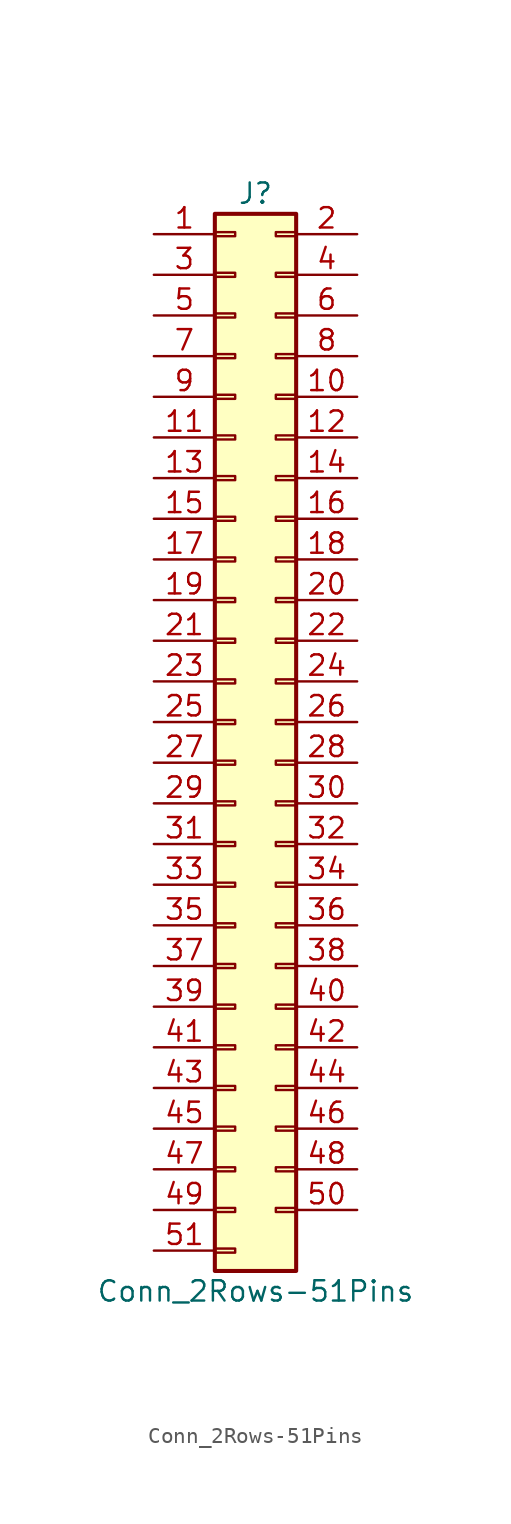
<source format=kicad_sym>
(kicad_symbol_lib
  (version 20201005)
  (generator kicad_symbol_editor)
  (symbol "Conn_2Rows-51Pins"
    (pin_names
      (offset 1.016) hide)
    (property "Reference" "J"
      (at 1.27 33.02 0)
      (effects (font (size 1.27 1.27))))
    (property "Value" "Conn_2Rows-51Pins"
      (at 1.27 -35.56 0)
      (effects (font (size 1.27 1.27))))
    (symbol "Conn_2Rows-51Pins_1_1"
      (rectangle (start -1.27 -32.893) (end 0 -33.147) (stroke (width 0.152)) (fill (type none)))
      (rectangle (start -1.27 -30.353) (end 0 -30.607) (stroke (width 0.152)) (fill (type none)))
      (rectangle (start -1.27 -27.813) (end 0 -28.067) (stroke (width 0.152)) (fill (type none)))
      (rectangle (start -1.27 -25.273) (end 0 -25.527) (stroke (width 0.152)) (fill (type none)))
      (rectangle (start -1.27 -22.733) (end 0 -22.987) (stroke (width 0.152)) (fill (type none)))
      (rectangle (start -1.27 -20.193) (end 0 -20.447) (stroke (width 0.152)) (fill (type none)))
      (rectangle (start -1.27 -17.653) (end 0 -17.907) (stroke (width 0.152)) (fill (type none)))
      (rectangle (start -1.27 -15.113) (end 0 -15.367) (stroke (width 0.152)) (fill (type none)))
      (rectangle (start -1.27 -12.573) (end 0 -12.827) (stroke (width 0.152)) (fill (type none)))
      (rectangle (start -1.27 -10.033) (end 0 -10.287) (stroke (width 0.152)) (fill (type none)))
      (rectangle (start -1.27 -7.493) (end 0 -7.747) (stroke (width 0.152)) (fill (type none)))
      (rectangle (start -1.27 -4.953) (end 0 -5.207) (stroke (width 0.152)) (fill (type none)))
      (rectangle (start -1.27 -2.413) (end 0 -2.667) (stroke (width 0.152)) (fill (type none)))
      (rectangle (start -1.27 0.127) (end 0 -0.127) (stroke (width 0.152)) (fill (type none)))
      (rectangle (start -1.27 2.667) (end 0 2.413) (stroke (width 0.152)) (fill (type none)))
      (rectangle (start -1.27 5.207) (end 0 4.953) (stroke (width 0.152)) (fill (type none)))
      (rectangle (start -1.27 7.747) (end 0 7.493) (stroke (width 0.152)) (fill (type none)))
      (rectangle (start -1.27 10.287) (end 0 10.033) (stroke (width 0.152)) (fill (type none)))
      (rectangle (start -1.27 12.827) (end 0 12.573) (stroke (width 0.152)) (fill (type none)))
      (rectangle (start -1.27 15.367) (end 0 15.113) (stroke (width 0.152)) (fill (type none)))
      (rectangle (start -1.27 17.907) (end 0 17.653) (stroke (width 0.152)) (fill (type none)))
      (rectangle (start -1.27 20.447) (end 0 20.193) (stroke (width 0.152)) (fill (type none)))
      (rectangle (start -1.27 22.987) (end 0 22.733) (stroke (width 0.152)) (fill (type none)))
      (rectangle (start -1.27 25.527) (end 0 25.273) (stroke (width 0.152)) (fill (type none)))
      (rectangle (start -1.27 28.067) (end 0 27.813) (stroke (width 0.152)) (fill (type none)))
      (rectangle (start -1.27 30.607) (end 0 30.353) (stroke (width 0.152)) (fill (type none)))
      (rectangle (start 3.81 -30.353) (end 2.54 -30.607) (stroke (width 0.152)) (fill (type none)))
      (rectangle (start 3.81 -27.813) (end 2.54 -28.067) (stroke (width 0.152)) (fill (type none)))
      (rectangle (start 3.81 -25.273) (end 2.54 -25.527) (stroke (width 0.152)) (fill (type none)))
      (rectangle (start 3.81 -22.733) (end 2.54 -22.987) (stroke (width 0.152)) (fill (type none)))
      (rectangle (start 3.81 -20.193) (end 2.54 -20.447) (stroke (width 0.152)) (fill (type none)))
      (rectangle (start 3.81 -17.653) (end 2.54 -17.907) (stroke (width 0.152)) (fill (type none)))
      (rectangle (start 3.81 -15.113) (end 2.54 -15.367) (stroke (width 0.152)) (fill (type none)))
      (rectangle (start 3.81 -12.573) (end 2.54 -12.827) (stroke (width 0.152)) (fill (type none)))
      (rectangle (start 3.81 -10.033) (end 2.54 -10.287) (stroke (width 0.152)) (fill (type none)))
      (rectangle (start 3.81 -7.493) (end 2.54 -7.747) (stroke (width 0.152)) (fill (type none)))
      (rectangle (start 3.81 -4.953) (end 2.54 -5.207) (stroke (width 0.152)) (fill (type none)))
      (rectangle (start 3.81 -2.413) (end 2.54 -2.667) (stroke (width 0.152)) (fill (type none)))
      (rectangle (start 3.81 0.127) (end 2.54 -0.127) (stroke (width 0.152)) (fill (type none)))
      (rectangle (start 3.81 2.667) (end 2.54 2.413) (stroke (width 0.152)) (fill (type none)))
      (rectangle (start 3.81 5.207) (end 2.54 4.953) (stroke (width 0.152)) (fill (type none)))
      (rectangle (start 3.81 7.747) (end 2.54 7.493) (stroke (width 0.152)) (fill (type none)))
      (rectangle (start 3.81 10.287) (end 2.54 10.033) (stroke (width 0.152)) (fill (type none)))
      (rectangle (start 3.81 12.827) (end 2.54 12.573) (stroke (width 0.152)) (fill (type none)))
      (rectangle (start 3.81 15.367) (end 2.54 15.113) (stroke (width 0.152)) (fill (type none)))
      (rectangle (start 3.81 17.907) (end 2.54 17.653) (stroke (width 0.152)) (fill (type none)))
      (rectangle (start 3.81 20.447) (end 2.54 20.193) (stroke (width 0.152)) (fill (type none)))
      (rectangle (start 3.81 22.987) (end 2.54 22.733) (stroke (width 0.152)) (fill (type none)))
      (rectangle (start 3.81 25.527) (end 2.54 25.273) (stroke (width 0.152)) (fill (type none)))
      (rectangle (start 3.81 28.067) (end 2.54 27.813) (stroke (width 0.152)) (fill (type none)))
      (rectangle (start 3.81 30.607) (end 2.54 30.353) (stroke (width 0.152)) (fill (type none)))
      (rectangle (start -1.27 31.75) (end 3.81 -34.29) (stroke (width 0.254)) (fill (type background)))
      (pin passive line (at -5.08 30.48 0) (length 3.81) (name "Pin_1" (effects (font (size 1.27 1.27)))) (number "1" (effects (font (size 1.27 1.27)))))
      (pin passive line (at 7.62 20.32 180) (length 3.81) (name "Pin_10" (effects (font (size 1.27 1.27)))) (number "10" (effects (font (size 1.27 1.27)))))
      (pin passive line (at -5.08 17.78 0) (length 3.81) (name "Pin_11" (effects (font (size 1.27 1.27)))) (number "11" (effects (font (size 1.27 1.27)))))
      (pin passive line (at 7.62 17.78 180) (length 3.81) (name "Pin_12" (effects (font (size 1.27 1.27)))) (number "12" (effects (font (size 1.27 1.27)))))
      (pin passive line (at -5.08 15.24 0) (length 3.81) (name "Pin_13" (effects (font (size 1.27 1.27)))) (number "13" (effects (font (size 1.27 1.27)))))
      (pin passive line (at 7.62 15.24 180) (length 3.81) (name "Pin_14" (effects (font (size 1.27 1.27)))) (number "14" (effects (font (size 1.27 1.27)))))
      (pin passive line (at -5.08 12.7 0) (length 3.81) (name "Pin_15" (effects (font (size 1.27 1.27)))) (number "15" (effects (font (size 1.27 1.27)))))
      (pin passive line (at 7.62 12.7 180) (length 3.81) (name "Pin_16" (effects (font (size 1.27 1.27)))) (number "16" (effects (font (size 1.27 1.27)))))
      (pin passive line (at -5.08 10.16 0) (length 3.81) (name "Pin_17" (effects (font (size 1.27 1.27)))) (number "17" (effects (font (size 1.27 1.27)))))
      (pin passive line (at 7.62 10.16 180) (length 3.81) (name "Pin_18" (effects (font (size 1.27 1.27)))) (number "18" (effects (font (size 1.27 1.27)))))
      (pin passive line (at -5.08 7.62 0) (length 3.81) (name "Pin_19" (effects (font (size 1.27 1.27)))) (number "19" (effects (font (size 1.27 1.27)))))
      (pin passive line (at 7.62 30.48 180) (length 3.81) (name "Pin_2" (effects (font (size 1.27 1.27)))) (number "2" (effects (font (size 1.27 1.27)))))
      (pin passive line (at 7.62 7.62 180) (length 3.81) (name "Pin_20" (effects (font (size 1.27 1.27)))) (number "20" (effects (font (size 1.27 1.27)))))
      (pin passive line (at -5.08 5.08 0) (length 3.81) (name "Pin_21" (effects (font (size 1.27 1.27)))) (number "21" (effects (font (size 1.27 1.27)))))
      (pin passive line (at 7.62 5.08 180) (length 3.81) (name "Pin_22" (effects (font (size 1.27 1.27)))) (number "22" (effects (font (size 1.27 1.27)))))
      (pin passive line (at -5.08 2.54 0) (length 3.81) (name "Pin_23" (effects (font (size 1.27 1.27)))) (number "23" (effects (font (size 1.27 1.27)))))
      (pin passive line (at 7.62 2.54 180) (length 3.81) (name "Pin_24" (effects (font (size 1.27 1.27)))) (number "24" (effects (font (size 1.27 1.27)))))
      (pin passive line (at -5.08 0 0) (length 3.81) (name "Pin_25" (effects (font (size 1.27 1.27)))) (number "25" (effects (font (size 1.27 1.27)))))
      (pin passive line (at 7.62 0 180) (length 3.81) (name "Pin_26" (effects (font (size 1.27 1.27)))) (number "26" (effects (font (size 1.27 1.27)))))
      (pin passive line (at -5.08 -2.54 0) (length 3.81) (name "Pin_27" (effects (font (size 1.27 1.27)))) (number "27" (effects (font (size 1.27 1.27)))))
      (pin passive line (at 7.62 -2.54 180) (length 3.81) (name "Pin_28" (effects (font (size 1.27 1.27)))) (number "28" (effects (font (size 1.27 1.27)))))
      (pin passive line (at -5.08 -5.08 0) (length 3.81) (name "Pin_29" (effects (font (size 1.27 1.27)))) (number "29" (effects (font (size 1.27 1.27)))))
      (pin passive line (at -5.08 27.94 0) (length 3.81) (name "Pin_3" (effects (font (size 1.27 1.27)))) (number "3" (effects (font (size 1.27 1.27)))))
      (pin passive line (at 7.62 -5.08 180) (length 3.81) (name "Pin_30" (effects (font (size 1.27 1.27)))) (number "30" (effects (font (size 1.27 1.27)))))
      (pin passive line (at -5.08 -7.62 0) (length 3.81) (name "Pin_31" (effects (font (size 1.27 1.27)))) (number "31" (effects (font (size 1.27 1.27)))))
      (pin passive line (at 7.62 -7.62 180) (length 3.81) (name "Pin_32" (effects (font (size 1.27 1.27)))) (number "32" (effects (font (size 1.27 1.27)))))
      (pin passive line (at -5.08 -10.16 0) (length 3.81) (name "Pin_33" (effects (font (size 1.27 1.27)))) (number "33" (effects (font (size 1.27 1.27)))))
      (pin passive line (at 7.62 -10.16 180) (length 3.81) (name "Pin_34" (effects (font (size 1.27 1.27)))) (number "34" (effects (font (size 1.27 1.27)))))
      (pin passive line (at -5.08 -12.7 0) (length 3.81) (name "Pin_35" (effects (font (size 1.27 1.27)))) (number "35" (effects (font (size 1.27 1.27)))))
      (pin passive line (at 7.62 -12.7 180) (length 3.81) (name "Pin_36" (effects (font (size 1.27 1.27)))) (number "36" (effects (font (size 1.27 1.27)))))
      (pin passive line (at -5.08 -15.24 0) (length 3.81) (name "Pin_37" (effects (font (size 1.27 1.27)))) (number "37" (effects (font (size 1.27 1.27)))))
      (pin passive line (at 7.62 -15.24 180) (length 3.81) (name "Pin_38" (effects (font (size 1.27 1.27)))) (number "38" (effects (font (size 1.27 1.27)))))
      (pin passive line (at -5.08 -17.78 0) (length 3.81) (name "Pin_39" (effects (font (size 1.27 1.27)))) (number "39" (effects (font (size 1.27 1.27)))))
      (pin passive line (at 7.62 27.94 180) (length 3.81) (name "Pin_4" (effects (font (size 1.27 1.27)))) (number "4" (effects (font (size 1.27 1.27)))))
      (pin passive line (at 7.62 -17.78 180) (length 3.81) (name "Pin_40" (effects (font (size 1.27 1.27)))) (number "40" (effects (font (size 1.27 1.27)))))
      (pin passive line (at -5.08 -20.32 0) (length 3.81) (name "Pin_41" (effects (font (size 1.27 1.27)))) (number "41" (effects (font (size 1.27 1.27)))))
      (pin passive line (at 7.62 -20.32 180) (length 3.81) (name "Pin_42" (effects (font (size 1.27 1.27)))) (number "42" (effects (font (size 1.27 1.27)))))
      (pin passive line (at -5.08 -22.86 0) (length 3.81) (name "Pin_43" (effects (font (size 1.27 1.27)))) (number "43" (effects (font (size 1.27 1.27)))))
      (pin passive line (at 7.62 -22.86 180) (length 3.81) (name "Pin_44" (effects (font (size 1.27 1.27)))) (number "44" (effects (font (size 1.27 1.27)))))
      (pin passive line (at -5.08 -25.4 0) (length 3.81) (name "Pin_45" (effects (font (size 1.27 1.27)))) (number "45" (effects (font (size 1.27 1.27)))))
      (pin passive line (at 7.62 -25.4 180) (length 3.81) (name "Pin_46" (effects (font (size 1.27 1.27)))) (number "46" (effects (font (size 1.27 1.27)))))
      (pin passive line (at -5.08 -27.94 0) (length 3.81) (name "Pin_47" (effects (font (size 1.27 1.27)))) (number "47" (effects (font (size 1.27 1.27)))))
      (pin passive line (at 7.62 -27.94 180) (length 3.81) (name "Pin_48" (effects (font (size 1.27 1.27)))) (number "48" (effects (font (size 1.27 1.27)))))
      (pin passive line (at -5.08 -30.48 0) (length 3.81) (name "Pin_49" (effects (font (size 1.27 1.27)))) (number "49" (effects (font (size 1.27 1.27)))))
      (pin passive line (at -5.08 25.4 0) (length 3.81) (name "Pin_5" (effects (font (size 1.27 1.27)))) (number "5" (effects (font (size 1.27 1.27)))))
      (pin passive line (at 7.62 -30.48 180) (length 3.81) (name "Pin_50" (effects (font (size 1.27 1.27)))) (number "50" (effects (font (size 1.27 1.27)))))
      (pin passive line (at -5.08 -33.02 0) (length 3.81) (name "Pin_51" (effects (font (size 1.27 1.27)))) (number "51" (effects (font (size 1.27 1.27)))))
      (pin passive line (at 7.62 25.4 180) (length 3.81) (name "Pin_6" (effects (font (size 1.27 1.27)))) (number "6" (effects (font (size 1.27 1.27)))))
      (pin passive line (at -5.08 22.86 0) (length 3.81) (name "Pin_7" (effects (font (size 1.27 1.27)))) (number "7" (effects (font (size 1.27 1.27)))))
      (pin passive line (at 7.62 22.86 180) (length 3.81) (name "Pin_8" (effects (font (size 1.27 1.27)))) (number "8" (effects (font (size 1.27 1.27)))))
      (pin passive line (at -5.08 20.32 0) (length 3.81) (name "Pin_9" (effects (font (size 1.27 1.27)))) (number "9" (effects (font (size 1.27 1.27))))))))
</source>
